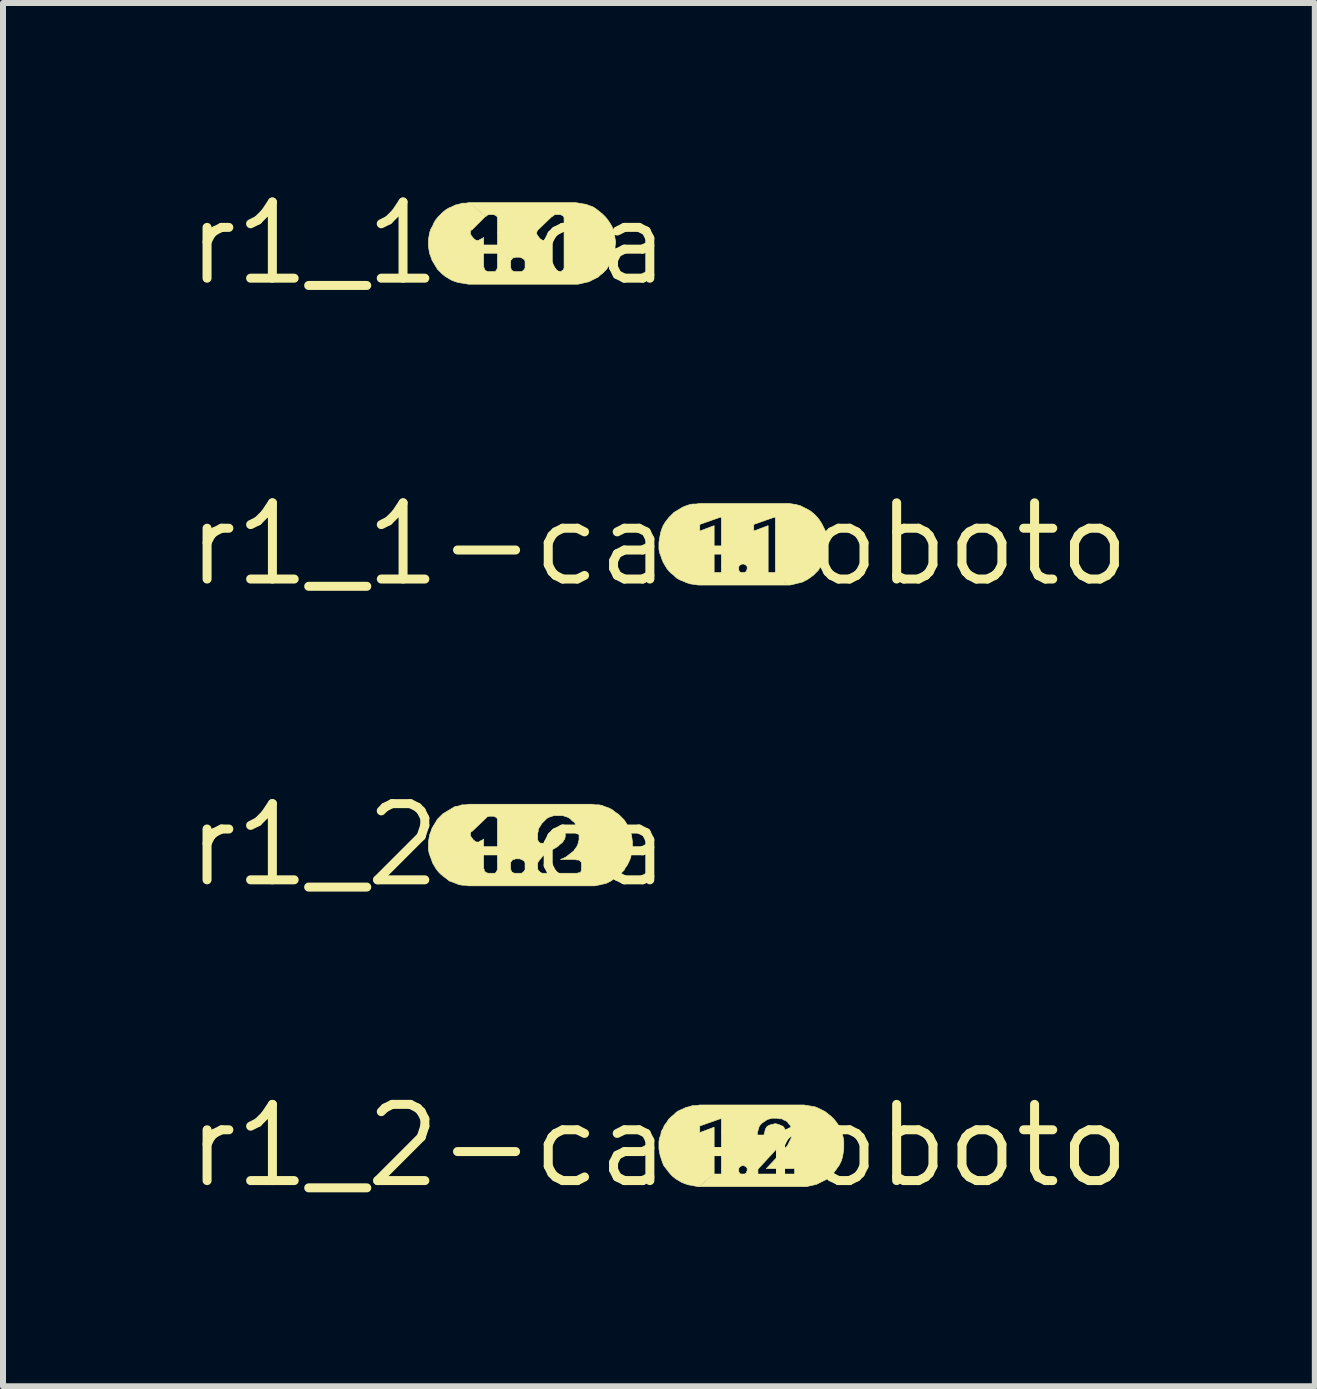
<source format=kicad_pcb>
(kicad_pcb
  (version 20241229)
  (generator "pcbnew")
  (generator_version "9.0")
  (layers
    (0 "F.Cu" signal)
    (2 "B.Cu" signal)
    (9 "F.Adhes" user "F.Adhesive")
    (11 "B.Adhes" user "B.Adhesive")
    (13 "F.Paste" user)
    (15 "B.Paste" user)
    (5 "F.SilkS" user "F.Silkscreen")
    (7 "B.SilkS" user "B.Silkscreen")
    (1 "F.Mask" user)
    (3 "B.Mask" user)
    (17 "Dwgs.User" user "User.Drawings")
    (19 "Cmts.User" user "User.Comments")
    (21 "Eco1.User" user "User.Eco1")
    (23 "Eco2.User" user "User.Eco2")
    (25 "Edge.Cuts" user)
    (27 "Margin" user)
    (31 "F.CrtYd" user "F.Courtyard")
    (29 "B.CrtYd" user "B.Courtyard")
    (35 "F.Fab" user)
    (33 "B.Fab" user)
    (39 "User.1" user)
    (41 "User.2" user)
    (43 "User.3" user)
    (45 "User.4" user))
  (footprint "r1_1-ca-roboto"
    (layer "F.Cu")
    (at 7.93 6.019)
    (property "Reference" "r1_1-ca-roboto" (at 0 0 0) (layer "F.SilkS") (effects (font (size 1.27 1.27) (thickness 0.15))))
    (attr board_only exclude_from_pos_files exclude_from_bom)
    (fp_poly (pts (xy 0.68 -0.68) (xy 0.62 -0.67) (xy 0.56 -0.67) (xy 0.51 -0.66) (xy 0.45 -0.64) (xy 0.4 -0.62) (xy 0.35 -0.59) (xy 0.3 -0.56) (xy 0.25 -0.53) (xy 0.21 -0.49) (xy 0.17 -0.45) (xy 0.13 -0.4) (xy 0.1 -0.36) (xy 0.07 -0.31) (xy 0.05 -0.26) (xy 0.03 -0.2) (xy 0.02 -0.15) (xy 0.01 -0.09) (xy 0 -0.03) (xy 0 0.02) (xy 0 0.08) (xy 0.01 0.14) (xy 0.03 0.19) (xy 0.05 0.25) (xy 0.07 0.3) (xy 0.1 0.35) (xy 0.13 0.4) (xy 0.16 0.44) (xy 0.2 0.48) (xy 0.25 0.52) (xy 0.29 0.56) (xy 0.34 0.59) (xy 0.39 0.61) (xy 0.46 0.64) (xy 0.52 0.66) (xy 0.59 0.67) (xy 0.66 0.68) (xy 0.92 0.47) (xy 0.92 -0.31) (xy 0.68 -0.22) (xy 0.68 -0.33) (xy 1.02 -0.45) (xy 1.04 -0.45) (xy 1.04 0.47) (xy 1.33 0.42) (xy 1.33 0.41) (xy 1.33 0.39) (xy 1.33 0.37) (xy 1.34 0.36) (xy 1.35 0.35) (xy 1.36 0.34) (xy 1.37 0.34) (xy 1.38 0.33) (xy 1.4 0.33) (xy 1.42 0.33) (xy 1.43 0.34) (xy 1.44 0.34) (xy 1.45 0.35) (xy 1.46 0.36) (xy 1.47 0.37) (xy 1.47 0.39) (xy 1.47 0.41) (xy 1.47 0.42) (xy 1.46 0.43) (xy 1.46 0.45) (xy 1.45 0.46) (xy 1.44 0.46) (xy 1.43 0.47) (xy 1.41 0.47) (xy 1.4 0.47) (xy 1.38 0.47) (xy 1.37 0.47) (xy 1.36 0.47) (xy 1.35 0.46) (xy 1.34 0.45) (xy 1.33 0.43) (xy 1.33 0.42) (xy 1.04 0.47) (xy 0.92 0.47) (xy 0.66 0.68) (xy 2.13 0.68) (xy 1.94 0.47) (xy 1.82 0.47) (xy 1.82 -0.31) (xy 1.58 -0.22) (xy 1.58 -0.33) (xy 1.92 -0.45) (xy 1.94 -0.45) (xy 1.94 0.47) (xy 2.14 0.68) (xy 2.18 0.68) (xy 2.23 0.67) (xy 2.27 0.66) (xy 2.31 0.65) (xy 2.35 0.64) (xy 2.39 0.63) (xy 2.43 0.61) (xy 2.47 0.59) (xy 2.5 0.57) (xy 2.54 0.54) (xy 2.57 0.52) (xy 2.6 0.49) (xy 2.63 0.46) (xy 2.66 0.43) (xy 2.68 0.39) (xy 2.71 0.36) (xy 2.73 0.32) (xy 2.75 0.29) (xy 2.77 0.22) (xy 2.79 0.16) (xy 2.8 0.09) (xy 2.81 0.03) (xy 2.81 -0.04) (xy 2.8 -0.1) (xy 2.79 -0.17) (xy 2.77 -0.23) (xy 2.74 -0.29) (xy 2.71 -0.35) (xy 2.67 -0.41) (xy 2.63 -0.46) (xy 2.59 -0.5) (xy 2.53 -0.55) (xy 2.48 -0.58) (xy 2.42 -0.61) (xy 2.36 -0.64) (xy 2.29 -0.66) (xy 2.23 -0.67) (xy 2.16 -0.68) (xy 0.68 -0.68)) (stroke (width 0.01) (type solid)) (fill yes) (layer "F.SilkS")))
  (footprint "r1_2-ca-roboto"
    (layer "F.Cu")
    (at 7.93 16.043)
    (property "Reference" "r1_2-ca-roboto" (at 0 0 0) (layer "F.SilkS") (effects (font (size 1.27 1.27) (thickness 0.15))))
    (attr board_only exclude_from_pos_files exclude_from_bom)
    (fp_poly (pts (xy 0.68 -0.68) (xy 0.62 -0.67) (xy 0.56 -0.67) (xy 0.5 -0.65) (xy 0.45 -0.64) (xy 0.39 -0.61) (xy 0.34 -0.59) (xy 0.29 -0.56) (xy 0.25 -0.52) (xy 0.2 -0.48) (xy 0.16 -0.44) (xy 0.13 -0.39) (xy 0.09 -0.34) (xy 0.07 -0.29) (xy 0.04 -0.24) (xy 0.03 -0.18) (xy 0.01 -0.13) (xy 0 -0.07) (xy 0 -0.01) (xy 0 0.05) (xy 0.01 0.11) (xy 0.02 0.16) (xy 0.04 0.22) (xy 0.06 0.28) (xy 0.08 0.33) (xy 0.12 0.38) (xy 0.15 0.42) (xy 0.19 0.47) (xy 0.23 0.51) (xy 0.28 0.55) (xy 0.33 0.58) (xy 0.38 0.61) (xy 0.43 0.63) (xy 0.49 0.65) (xy 0.55 0.66) (xy 0.6 0.67) (xy 0.66 0.68) (xy 0.92 0.47) (xy 0.92 -0.31) (xy 0.68 -0.22) (xy 0.68 -0.33) (xy 1.02 -0.45) (xy 1.04 -0.45) (xy 1.04 0.47) (xy 1.33 0.42) (xy 1.33 0.41) (xy 1.33 0.39) (xy 1.33 0.37) (xy 1.34 0.36) (xy 1.35 0.35) (xy 1.36 0.34) (xy 1.37 0.34) (xy 1.38 0.33) (xy 1.4 0.33) (xy 1.42 0.33) (xy 1.43 0.34) (xy 1.44 0.34) (xy 1.45 0.35) (xy 1.46 0.36) (xy 1.47 0.37) (xy 1.47 0.39) (xy 1.47 0.41) (xy 1.65 0.39) (xy 1.98 0.03) (xy 2.01 0) (xy 2.05 -0.06) (xy 2.07 -0.1) (xy 2.09 -0.14) (xy 2.1 -0.17) (xy 2.1 -0.21) (xy 2.09 -0.25) (xy 2.08 -0.28) (xy 2.06 -0.31) (xy 2.04 -0.33) (xy 2.01 -0.35) (xy 1.98 -0.36) (xy 1.94 -0.37) (xy 1.9 -0.36) (xy 1.86 -0.35) (xy 1.83 -0.34) (xy 1.8 -0.32) (xy 1.78 -0.29) (xy 1.77 -0.26) (xy 1.76 -0.22) (xy 1.75 -0.18) (xy 1.64 -0.18) (xy 1.64 -0.22) (xy 1.65 -0.25) (xy 1.66 -0.29) (xy 1.67 -0.32) (xy 1.69 -0.35) (xy 1.72 -0.38) (xy 1.75 -0.4) (xy 1.78 -0.42) (xy 1.81 -0.44) (xy 1.85 -0.45) (xy 1.88 -0.46) (xy 1.92 -0.46) (xy 1.97 -0.46) (xy 2.01 -0.45) (xy 2.05 -0.45) (xy 2.08 -0.43) (xy 2.11 -0.42) (xy 2.14 -0.4) (xy 2.16 -0.37) (xy 2.18 -0.35) (xy 2.2 -0.32) (xy 2.21 -0.29) (xy 2.22 -0.26) (xy 2.22 -0.22) (xy 2.22 -0.2) (xy 2.22 -0.17) (xy 2.21 -0.15) (xy 2.2 -0.12) (xy 2.17 -0.06) (xy 2.14 0) (xy 2.1 0.04) (xy 2.06 0.09) (xy 1.79 0.38) (xy 2.26 0.38) (xy 2.26 0.47) (xy 1.65 0.47) (xy 1.65 0.39) (xy 1.47 0.41) (xy 1.47 0.42) (xy 1.46 0.43) (xy 1.46 0.45) (xy 1.45 0.46) (xy 1.44 0.46) (xy 1.43 0.47) (xy 1.41 0.47) (xy 1.4 0.47) (xy 1.38 0.47) (xy 1.37 0.47) (xy 1.36 0.47) (xy 1.35 0.46) (xy 1.34 0.45) (xy 1.33 0.43) (xy 1.33 0.42) (xy 1.04 0.47) (xy 0.92 0.47) (xy 0.67 0.68) (xy 2.41 0.68) (xy 2.46 0.68) (xy 2.5 0.67) (xy 2.55 0.66) (xy 2.59 0.65) (xy 2.63 0.64) (xy 2.67 0.62) (xy 2.71 0.6) (xy 2.75 0.58) (xy 2.79 0.56) (xy 2.83 0.53) (xy 2.86 0.5) (xy 2.89 0.47) (xy 2.92 0.44) (xy 2.95 0.4) (xy 2.97 0.37) (xy 3 0.33) (xy 3.02 0.29) (xy 3.04 0.25) (xy 3.06 0.18) (xy 3.07 0.12) (xy 3.08 0.05) (xy 3.08 -0.01) (xy 3.08 -0.08) (xy 3.07 -0.14) (xy 3.05 -0.21) (xy 3.03 -0.27) (xy 3 -0.33) (xy 2.96 -0.39) (xy 2.92 -0.44) (xy 2.87 -0.49) (xy 2.82 -0.53) (xy 2.77 -0.57) (xy 2.71 -0.6) (xy 2.65 -0.63) (xy 2.6 -0.65) (xy 2.54 -0.66) (xy 2.48 -0.67) (xy 2.42 -0.68) (xy 0.68 -0.68)) (stroke (width 0.01) (type solid)) (fill yes) (layer "F.SilkS")))
  (footprint "r1_2-ca"
    (layer "F.Cu")
    (at 4.089 11.031)
    (property "Reference" "r1_2-ca" (at 0 0 0) (layer "F.SilkS") (effects (font (size 1.27 1.27) (thickness 0.15))))
    (attr board_only exclude_from_pos_files exclude_from_bom)
    (fp_poly (pts (xy 0.68 -0.68) (xy 0.62 -0.67) (xy 0.56 -0.67) (xy 0.5 -0.65) (xy 0.44 -0.64) (xy 0.39 -0.61) (xy 0.34 -0.58) (xy 0.29 -0.55) (xy 0.24 -0.52) (xy 0.19 -0.47) (xy 0.15 -0.43) (xy 0.12 -0.38) (xy 0.09 -0.33) (xy 0.06 -0.28) (xy 0.04 -0.22) (xy 0.02 -0.17) (xy 0.01 -0.11) (xy 0 -0.05) (xy 0 0.01) (xy 0 0.07) (xy 0.01 0.13) (xy 0.03 0.19) (xy 0.05 0.24) (xy 0.07 0.3) (xy 0.1 0.35) (xy 0.13 0.4) (xy 0.17 0.45) (xy 0.21 0.49) (xy 0.26 0.53) (xy 0.3 0.56) (xy 0.35 0.6) (xy 0.41 0.62) (xy 0.46 0.64) (xy 0.51 0.66) (xy 0.57 0.67) (xy 0.62 0.67) (xy 0.67 0.68) (xy 0.95 0.45) (xy 0.93 0.43) (xy 0.93 0.41) (xy 0.92 0.39) (xy 0.92 0.36) (xy 0.92 -0.1) (xy 0.91 -0.09) (xy 0.89 -0.08) (xy 0.87 -0.07) (xy 0.85 -0.06) (xy 0.84 -0.05) (xy 0.82 -0.05) (xy 0.81 -0.05) (xy 0.8 -0.05) (xy 0.78 -0.06) (xy 0.77 -0.07) (xy 0.75 -0.08) (xy 0.74 -0.1) (xy 0.72 -0.12) (xy 0.71 -0.14) (xy 0.7 -0.15) (xy 0.7 -0.17) (xy 0.7 -0.18) (xy 0.7 -0.2) (xy 0.71 -0.22) (xy 0.73 -0.23) (xy 0.96 -0.45) (xy 0.98 -0.47) (xy 1.01 -0.48) (xy 1.03 -0.48) (xy 1.06 -0.48) (xy 1.09 -0.48) (xy 1.13 -0.46) (xy 1.14 -0.45) (xy 1.15 -0.43) (xy 1.15 0.41) (xy 1.37 0.4) (xy 1.37 0.37) (xy 1.37 0.31) (xy 1.37 0.3) (xy 1.37 0.28) (xy 1.39 0.27) (xy 1.39 0.26) (xy 1.41 0.24) (xy 1.43 0.24) (xy 1.45 0.23) (xy 1.48 0.23) (xy 1.52 0.23) (xy 1.55 0.24) (xy 1.57 0.25) (xy 1.58 0.26) (xy 1.6 0.27) (xy 1.61 0.3) (xy 1.61 0.33) (xy 1.61 0.36) (xy 1.82 0.36) (xy 1.82 0.33) (xy 1.82 0.3) (xy 1.83 0.28) (xy 1.85 0.25) (xy 1.87 0.23) (xy 1.9 0.19) (xy 1.95 0.15) (xy 1.97 0.13) (xy 2.13 0.04) (xy 2.16 0.02) (xy 2.19 -0.01) (xy 2.23 -0.04) (xy 2.25 -0.07) (xy 2.27 -0.1) (xy 2.28 -0.14) (xy 2.28 -0.16) (xy 2.28 -0.19) (xy 2.26 -0.21) (xy 2.25 -0.23) (xy 2.22 -0.25) (xy 2.2 -0.26) (xy 2.17 -0.26) (xy 2.14 -0.26) (xy 2.11 -0.26) (xy 2.09 -0.24) (xy 2.08 -0.23) (xy 2.06 -0.21) (xy 2.05 -0.19) (xy 2.05 -0.17) (xy 2.05 -0.14) (xy 2.04 -0.11) (xy 2.04 -0.08) (xy 2.03 -0.06) (xy 2.02 -0.05) (xy 2 -0.04) (xy 1.98 -0.03) (xy 1.95 -0.03) (xy 1.92 -0.03) (xy 1.89 -0.03) (xy 1.87 -0.03) (xy 1.85 -0.04) (xy 1.84 -0.05) (xy 1.83 -0.07) (xy 1.82 -0.08) (xy 1.82 -0.11) (xy 1.82 -0.14) (xy 1.82 -0.17) (xy 1.82 -0.2) (xy 1.83 -0.23) (xy 1.83 -0.26) (xy 1.84 -0.28) (xy 1.86 -0.31) (xy 1.89 -0.36) (xy 1.93 -0.4) (xy 1.95 -0.42) (xy 1.97 -0.44) (xy 2 -0.46) (xy 2.03 -0.47) (xy 2.06 -0.48) (xy 2.09 -0.49) (xy 2.13 -0.49) (xy 2.17 -0.49) (xy 2.2 -0.49) (xy 2.24 -0.49) (xy 2.27 -0.48) (xy 2.3 -0.47) (xy 2.33 -0.46) (xy 2.36 -0.44) (xy 2.38 -0.42) (xy 2.4 -0.4) (xy 2.43 -0.38) (xy 2.45 -0.35) (xy 2.47 -0.31) (xy 2.49 -0.27) (xy 2.5 -0.23) (xy 2.51 -0.18) (xy 2.51 -0.14) (xy 2.51 -0.09) (xy 2.5 -0.05) (xy 2.49 -0.01) (xy 2.47 0.03) (xy 2.44 0.07) (xy 2.42 0.1) (xy 2.38 0.13) (xy 2.33 0.17) (xy 2.29 0.2) (xy 2.25 0.22) (xy 2.2 0.24) (xy 2.44 0.24) (xy 2.48 0.25) (xy 2.51 0.25) (xy 2.52 0.26) (xy 2.53 0.27) (xy 2.54 0.28) (xy 2.55 0.29) (xy 2.55 0.32) (xy 2.55 0.35) (xy 2.55 0.39) (xy 2.55 0.42) (xy 2.54 0.44) (xy 2.54 0.45) (xy 2.53 0.46) (xy 2.51 0.46) (xy 2.48 0.47) (xy 2.44 0.47) (xy 1.92 0.47) (xy 1.9 0.47) (xy 1.87 0.46) (xy 1.85 0.44) (xy 1.83 0.42) (xy 1.82 0.4) (xy 1.82 0.38) (xy 1.82 0.36) (xy 1.61 0.36) (xy 1.61 0.39) (xy 1.61 0.41) (xy 1.6 0.43) (xy 1.58 0.45) (xy 1.57 0.46) (xy 1.55 0.47) (xy 1.52 0.47) (xy 1.49 0.47) (xy 1.46 0.47) (xy 1.43 0.47) (xy 1.41 0.46) (xy 1.39 0.45) (xy 1.38 0.43) (xy 1.37 0.4) (xy 1.15 0.41) (xy 1.14 0.43) (xy 1.13 0.45) (xy 1.11 0.47) (xy 1.08 0.47) (xy 1.05 0.47) (xy 1.01 0.47) (xy 0.99 0.47) (xy 0.97 0.46) (xy 0.96 0.46) (xy 0.95 0.45) (xy 0.67 0.68) (xy 2.73 0.68) (xy 2.77 0.68) (xy 2.82 0.67) (xy 2.87 0.66) (xy 2.91 0.65) (xy 2.96 0.64) (xy 3 0.62) (xy 3.04 0.6) (xy 3.08 0.57) (xy 3.12 0.55) (xy 3.16 0.52) (xy 3.19 0.49) (xy 3.23 0.45) (xy 3.26 0.42) (xy 3.28 0.38) (xy 3.31 0.34) (xy 3.33 0.3) (xy 3.35 0.26) (xy 3.37 0.21) (xy 3.38 0.15) (xy 3.4 0.08) (xy 3.4 0.02) (xy 3.4 -0.05) (xy 3.39 -0.12) (xy 3.38 -0.18) (xy 3.35 -0.24) (xy 3.33 -0.3) (xy 3.3 -0.36) (xy 3.26 -0.42) (xy 3.21 -0.47) (xy 3.17 -0.51) (xy 3.11 -0.55) (xy 3.06 -0.59) (xy 3 -0.62) (xy 2.94 -0.64) (xy 2.89 -0.66) (xy 2.84 -0.67) (xy 2.78 -0.67) (xy 2.73 -0.68) (xy 0.68 -0.68)) (stroke (width 0.01) (type solid)) (fill yes) (layer "F.SilkS")))
  (footprint "r1_1-ca"
    (layer "F.Cu")
    (at 4.089 1.006)
    (property "Reference" "r1_1-ca" (at 0 0 0) (layer "F.SilkS") (effects (font (size 1.27 1.27) (thickness 0.15))))
    (attr board_only exclude_from_pos_files exclude_from_bom)
    (fp_poly (pts (xy 0.68 -0.68) (xy 0.62 -0.67) (xy 0.56 -0.67) (xy 0.5 -0.65) (xy 0.45 -0.64) (xy 0.39 -0.61) (xy 0.34 -0.59) (xy 0.29 -0.56) (xy 0.24 -0.52) (xy 0.2 -0.48) (xy 0.16 -0.44) (xy 0.12 -0.39) (xy 0.09 -0.34) (xy 0.07 -0.29) (xy 0.04 -0.24) (xy 0.02 -0.18) (xy 0.01 -0.12) (xy 0 -0.07) (xy 0 -0.01) (xy 0 0.05) (xy 0.01 0.11) (xy 0.02 0.17) (xy 0.04 0.22) (xy 0.06 0.28) (xy 0.09 0.33) (xy 0.12 0.38) (xy 0.15 0.43) (xy 0.19 0.47) (xy 0.23 0.51) (xy 0.28 0.55) (xy 0.33 0.58) (xy 0.38 0.61) (xy 0.43 0.63) (xy 0.49 0.65) (xy 0.55 0.66) (xy 0.61 0.67) (xy 0.67 0.68) (xy 2.44 0.68) (xy 2.23 0.45) (xy 2.21 0.47) (xy 2.18 0.47) (xy 2.15 0.47) (xy 2.12 0.47) (xy 2.09 0.47) (xy 2.07 0.46) (xy 2.06 0.46) (xy 2.05 0.45) (xy 2.04 0.43) (xy 2.03 0.41) (xy 2.03 0.39) (xy 2.03 0.36) (xy 2.03 -0.1) (xy 2.01 -0.09) (xy 2 -0.08) (xy 1.98 -0.07) (xy 1.96 -0.06) (xy 1.94 -0.05) (xy 1.93 -0.05) (xy 1.91 -0.05) (xy 1.9 -0.05) (xy 1.89 -0.06) (xy 1.87 -0.07) (xy 1.86 -0.08) (xy 1.84 -0.1) (xy 1.83 -0.12) (xy 1.81 -0.14) (xy 1.81 -0.15) (xy 1.8 -0.17) (xy 1.8 -0.18) (xy 1.81 -0.2) (xy 1.82 -0.22) (xy 1.83 -0.23) (xy 2.06 -0.45) (xy 2.07 -0.45) (xy 2.09 -0.47) (xy 2.11 -0.48) (xy 2.13 -0.48) (xy 2.17 -0.48) (xy 2.2 -0.48) (xy 2.24 -0.46) (xy 2.25 -0.45) (xy 2.26 -0.43) (xy 2.26 0.41) (xy 2.25 0.43) (xy 2.24 0.45) (xy 2.23 0.45) (xy 2.44 0.68) (xy 2.49 0.68) (xy 2.54 0.67) (xy 2.58 0.66) (xy 2.62 0.65) (xy 2.67 0.64) (xy 2.71 0.62) (xy 2.75 0.6) (xy 2.79 0.58) (xy 2.83 0.56) (xy 2.86 0.53) (xy 2.9 0.5) (xy 2.93 0.47) (xy 2.96 0.44) (xy 2.99 0.4) (xy 3.01 0.36) (xy 3.03 0.32) (xy 3.05 0.28) (xy 3.07 0.24) (xy 3.09 0.18) (xy 3.11 0.12) (xy 3.11 0.05) (xy 3.12 -0.02) (xy 3.11 -0.08) (xy 3.1 -0.15) (xy 3.08 -0.21) (xy 3.06 -0.28) (xy 3.03 -0.33) (xy 2.99 -0.39) (xy 2.95 -0.44) (xy 2.9 -0.49) (xy 2.85 -0.53) (xy 2.8 -0.57) (xy 2.74 -0.61) (xy 2.68 -0.63) (xy 2.63 -0.65) (xy 2.57 -0.66) (xy 2.51 -0.67) (xy 2.45 -0.68) (xy 0.68 -0.68) (xy 0.96 -0.45) (xy 0.98 -0.47) (xy 1.01 -0.48) (xy 1.03 -0.48) (xy 1.06 -0.48) (xy 1.09 -0.48) (xy 1.13 -0.46) (xy 1.14 -0.45) (xy 1.15 -0.43) (xy 1.15 0.41) (xy 1.37 0.4) (xy 1.37 0.37) (xy 1.37 0.31) (xy 1.37 0.3) (xy 1.37 0.28) (xy 1.39 0.27) (xy 1.39 0.26) (xy 1.41 0.24) (xy 1.43 0.24) (xy 1.45 0.23) (xy 1.48 0.23) (xy 1.52 0.23) (xy 1.55 0.24) (xy 1.57 0.25) (xy 1.58 0.26) (xy 1.6 0.27) (xy 1.61 0.3) (xy 1.61 0.33) (xy 1.61 0.36) (xy 1.61 0.39) (xy 1.61 0.41) (xy 1.6 0.43) (xy 1.58 0.45) (xy 1.57 0.46) (xy 1.55 0.47) (xy 1.52 0.47) (xy 1.49 0.47) (xy 1.46 0.47) (xy 1.43 0.47) (xy 1.41 0.46) (xy 1.39 0.45) (xy 1.38 0.44) (xy 1.38 0.43) (xy 1.37 0.4) (xy 1.15 0.41) (xy 1.14 0.43) (xy 1.13 0.45) (xy 1.11 0.47) (xy 1.08 0.47) (xy 1.05 0.47) (xy 1.01 0.47) (xy 0.99 0.47) (xy 0.97 0.46) (xy 0.96 0.46) (xy 0.95 0.45) (xy 0.93 0.43) (xy 0.93 0.41) (xy 0.92 0.39) (xy 0.92 0.36) (xy 0.92 -0.1) (xy 0.91 -0.09) (xy 0.89 -0.08) (xy 0.87 -0.07) (xy 0.85 -0.06) (xy 0.84 -0.05) (xy 0.82 -0.05) (xy 0.81 -0.05) (xy 0.8 -0.05) (xy 0.78 -0.06) (xy 0.77 -0.07) (xy 0.75 -0.08) (xy 0.74 -0.1) (xy 0.72 -0.12) (xy 0.71 -0.14) (xy 0.7 -0.15) (xy 0.7 -0.17) (xy 0.7 -0.18) (xy 0.7 -0.2) (xy 0.71 -0.22) (xy 0.73 -0.23) (xy 0.95 -0.45) (xy 0.68 -0.68)) (stroke (width 0.01) (type solid)) (fill yes) (layer "F.SilkS")))
  (gr_rect
    (start -3 -3)
    (end 18.859 20.05)
    (stroke (width 0.1) (type default))
    (fill no)
    (layer "Edge.Cuts")))
</source>
